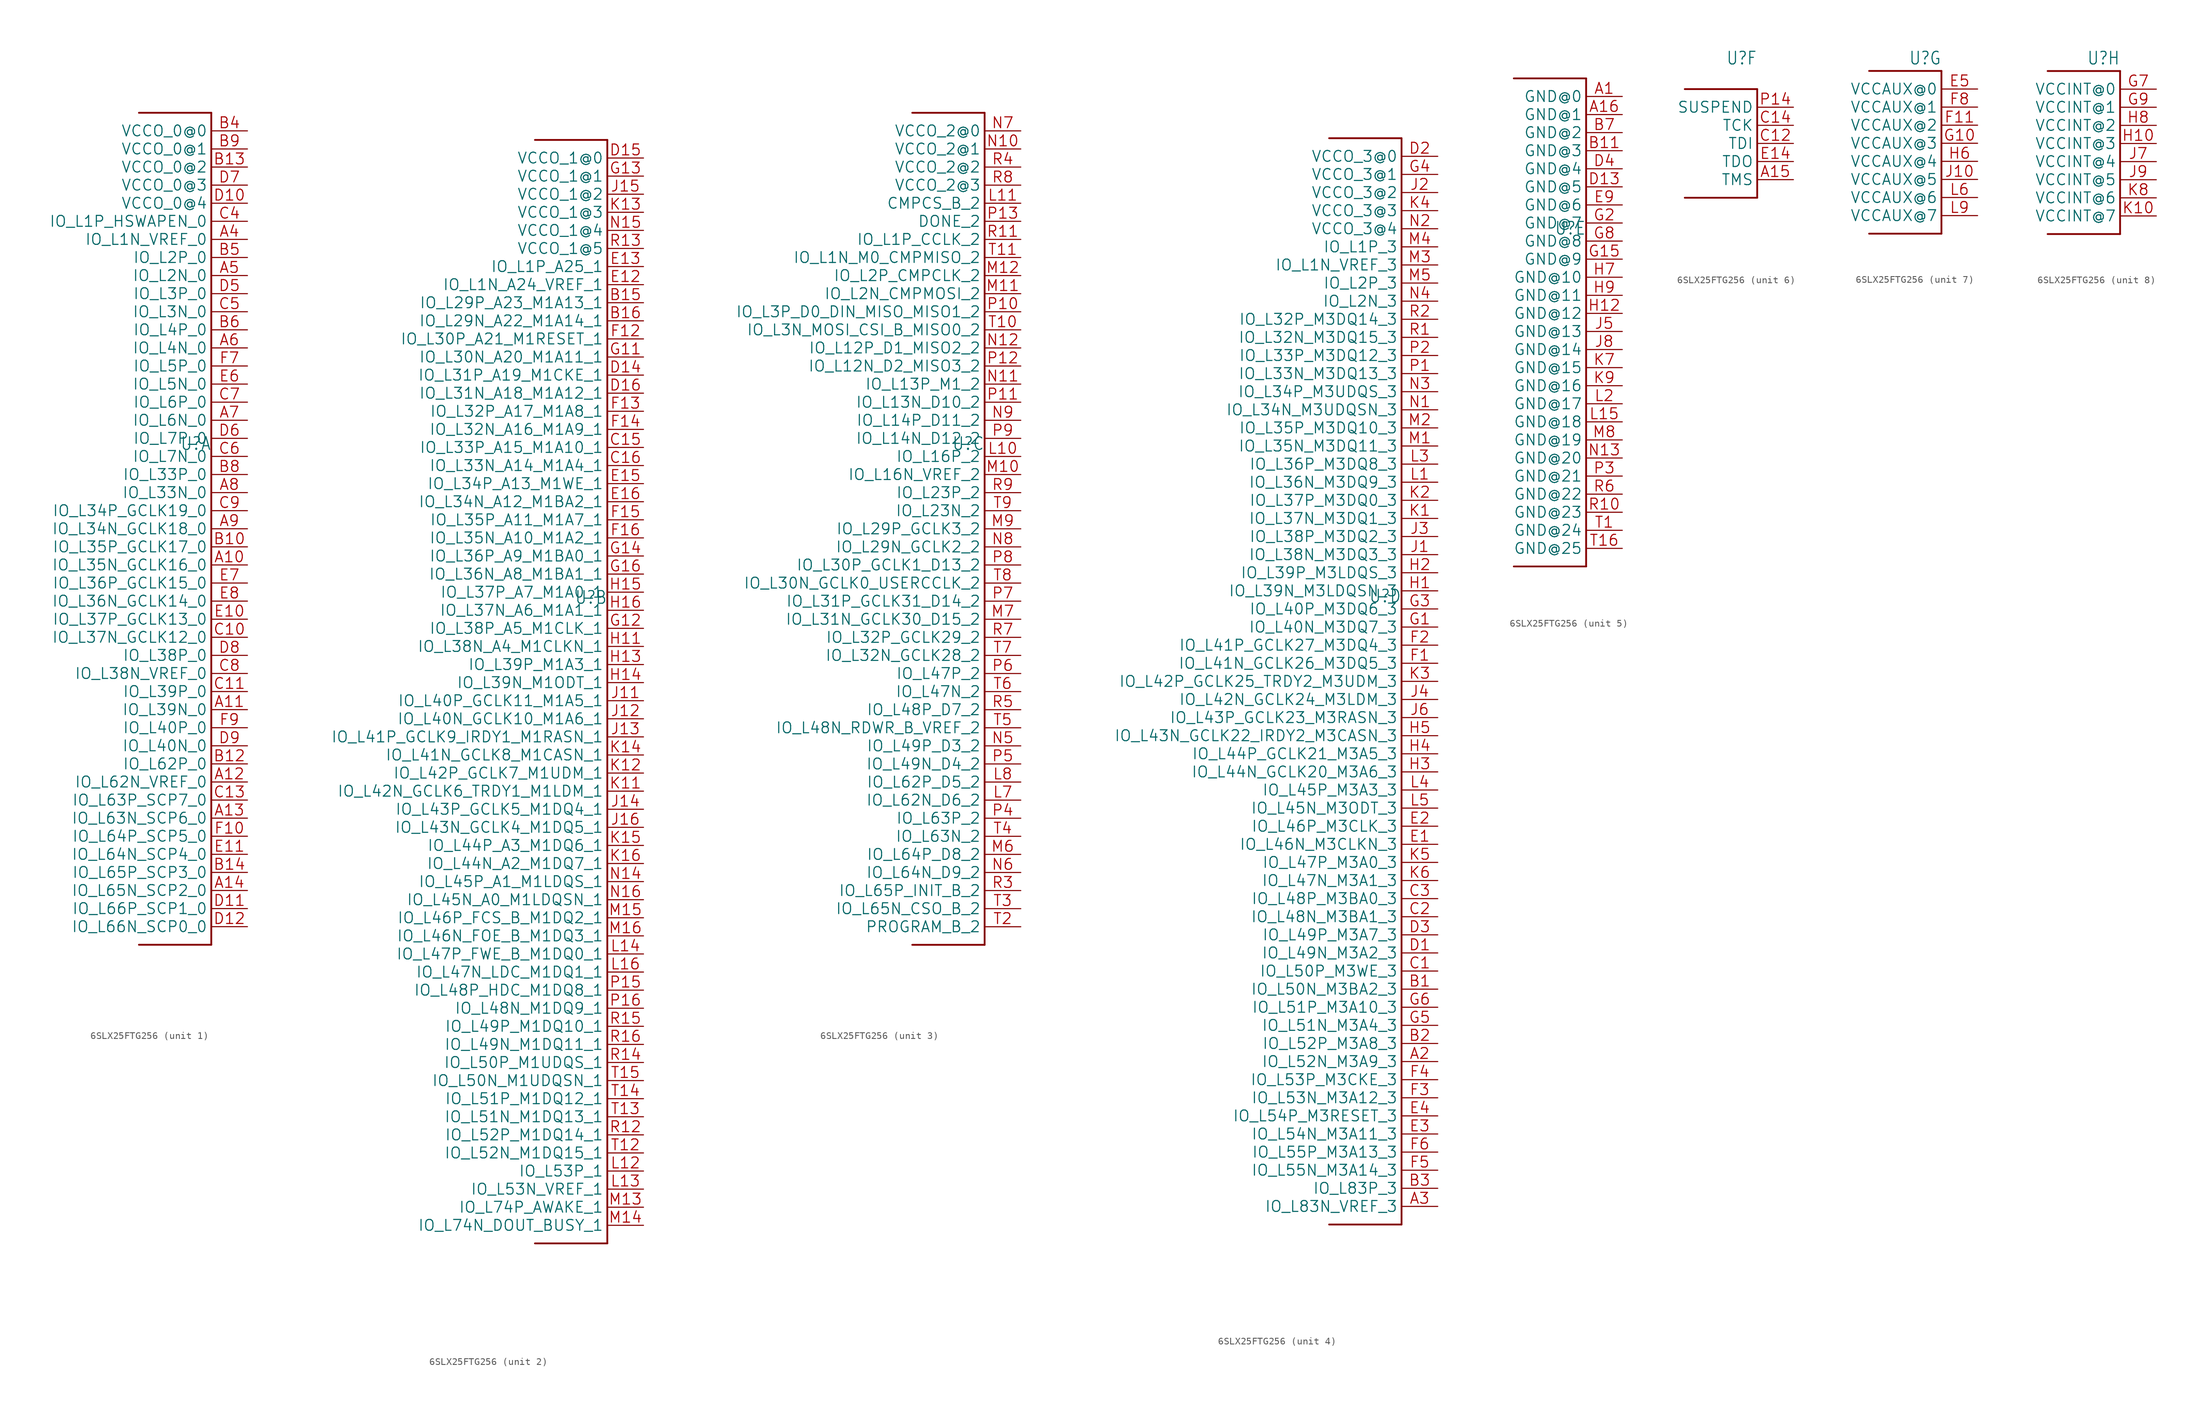
<source format=kicad_sym>
(kicad_symbol_lib
  (version 20241209)
  (generator "kicad_symbol_editor")
  (generator_version "9.0")
  (symbol "6SLX25FTG256"
    (property "Reference" "U"
      (at 0 10.922 0)
      (effects (font (size 1.778 1.511)) (justify right bottom)))
    (property "Value" ""
      (at 0 -15.24 0)
      (effects (font (size 1.778 1.511)) (justify right bottom)))
    (property "ki_locked" ""
      (at 0 0 0)
      (effects (font (size 1.27 1.27))))
    (symbol "6SLX25FTG256_1_0"
      (polyline (pts (xy -10.16 58.42) (xy 0 58.42)) (stroke (width 0.254) (type solid)) (fill (type none)))
      (polyline (pts (xy 0 58.42) (xy 0 -58.42)) (stroke (width 0.254) (type solid)) (fill (type none)))
      (polyline (pts (xy 0 -58.42) (xy -10.16 -58.42)) (stroke (width 0.254) (type solid)) (fill (type none)))
      (pin input line (at 5.08 55.88 180) (length 5.08) (name "VCCO_0@0" (effects (font (size 1.524 1.524)))) (number "B4" (effects (font (size 1.524 1.524)))))
      (pin input line (at 5.08 53.34 180) (length 5.08) (name "VCCO_0@1" (effects (font (size 1.524 1.524)))) (number "B9" (effects (font (size 1.524 1.524)))))
      (pin input line (at 5.08 50.8 180) (length 5.08) (name "VCCO_0@2" (effects (font (size 1.524 1.524)))) (number "B13" (effects (font (size 1.524 1.524)))))
      (pin input line (at 5.08 48.26 180) (length 5.08) (name "VCCO_0@3" (effects (font (size 1.524 1.524)))) (number "D7" (effects (font (size 1.524 1.524)))))
      (pin input line (at 5.08 45.72 180) (length 5.08) (name "VCCO_0@4" (effects (font (size 1.524 1.524)))) (number "D10" (effects (font (size 1.524 1.524)))))
      (pin bidirectional line (at 5.08 43.18 180) (length 5.08) (name "IO_L1P_HSWAPEN_0" (effects (font (size 1.524 1.524)))) (number "C4" (effects (font (size 1.524 1.524)))))
      (pin bidirectional line (at 5.08 40.64 180) (length 5.08) (name "IO_L1N_VREF_0" (effects (font (size 1.524 1.524)))) (number "A4" (effects (font (size 1.524 1.524)))))
      (pin bidirectional line (at 5.08 38.1 180) (length 5.08) (name "IO_L2P_0" (effects (font (size 1.524 1.524)))) (number "B5" (effects (font (size 1.524 1.524)))))
      (pin bidirectional line (at 5.08 35.56 180) (length 5.08) (name "IO_L2N_0" (effects (font (size 1.524 1.524)))) (number "A5" (effects (font (size 1.524 1.524)))))
      (pin bidirectional line (at 5.08 33.02 180) (length 5.08) (name "IO_L3P_0" (effects (font (size 1.524 1.524)))) (number "D5" (effects (font (size 1.524 1.524)))))
      (pin bidirectional line (at 5.08 30.48 180) (length 5.08) (name "IO_L3N_0" (effects (font (size 1.524 1.524)))) (number "C5" (effects (font (size 1.524 1.524)))))
      (pin bidirectional line (at 5.08 27.94 180) (length 5.08) (name "IO_L4P_0" (effects (font (size 1.524 1.524)))) (number "B6" (effects (font (size 1.524 1.524)))))
      (pin bidirectional line (at 5.08 25.4 180) (length 5.08) (name "IO_L4N_0" (effects (font (size 1.524 1.524)))) (number "A6" (effects (font (size 1.524 1.524)))))
      (pin bidirectional line (at 5.08 22.86 180) (length 5.08) (name "IO_L5P_0" (effects (font (size 1.524 1.524)))) (number "F7" (effects (font (size 1.524 1.524)))))
      (pin bidirectional line (at 5.08 20.32 180) (length 5.08) (name "IO_L5N_0" (effects (font (size 1.524 1.524)))) (number "E6" (effects (font (size 1.524 1.524)))))
      (pin bidirectional line (at 5.08 17.78 180) (length 5.08) (name "IO_L6P_0" (effects (font (size 1.524 1.524)))) (number "C7" (effects (font (size 1.524 1.524)))))
      (pin bidirectional line (at 5.08 15.24 180) (length 5.08) (name "IO_L6N_0" (effects (font (size 1.524 1.524)))) (number "A7" (effects (font (size 1.524 1.524)))))
      (pin bidirectional line (at 5.08 12.7 180) (length 5.08) (name "IO_L7P_0" (effects (font (size 1.524 1.524)))) (number "D6" (effects (font (size 1.524 1.524)))))
      (pin bidirectional line (at 5.08 10.16 180) (length 5.08) (name "IO_L7N_0" (effects (font (size 1.524 1.524)))) (number "C6" (effects (font (size 1.524 1.524)))))
      (pin bidirectional line (at 5.08 7.62 180) (length 5.08) (name "IO_L33P_0" (effects (font (size 1.524 1.524)))) (number "B8" (effects (font (size 1.524 1.524)))))
      (pin bidirectional line (at 5.08 5.08 180) (length 5.08) (name "IO_L33N_0" (effects (font (size 1.524 1.524)))) (number "A8" (effects (font (size 1.524 1.524)))))
      (pin bidirectional line (at 5.08 2.54 180) (length 5.08) (name "IO_L34P_GCLK19_0" (effects (font (size 1.524 1.524)))) (number "C9" (effects (font (size 1.524 1.524)))))
      (pin bidirectional line (at 5.08 0 180) (length 5.08) (name "IO_L34N_GCLK18_0" (effects (font (size 1.524 1.524)))) (number "A9" (effects (font (size 1.524 1.524)))))
      (pin bidirectional line (at 5.08 -2.54 180) (length 5.08) (name "IO_L35P_GCLK17_0" (effects (font (size 1.524 1.524)))) (number "B10" (effects (font (size 1.524 1.524)))))
      (pin bidirectional line (at 5.08 -5.08 180) (length 5.08) (name "IO_L35N_GCLK16_0" (effects (font (size 1.524 1.524)))) (number "A10" (effects (font (size 1.524 1.524)))))
      (pin bidirectional line (at 5.08 -7.62 180) (length 5.08) (name "IO_L36P_GCLK15_0" (effects (font (size 1.524 1.524)))) (number "E7" (effects (font (size 1.524 1.524)))))
      (pin bidirectional line (at 5.08 -10.16 180) (length 5.08) (name "IO_L36N_GCLK14_0" (effects (font (size 1.524 1.524)))) (number "E8" (effects (font (size 1.524 1.524)))))
      (pin bidirectional line (at 5.08 -12.7 180) (length 5.08) (name "IO_L37P_GCLK13_0" (effects (font (size 1.524 1.524)))) (number "E10" (effects (font (size 1.524 1.524)))))
      (pin bidirectional line (at 5.08 -15.24 180) (length 5.08) (name "IO_L37N_GCLK12_0" (effects (font (size 1.524 1.524)))) (number "C10" (effects (font (size 1.524 1.524)))))
      (pin bidirectional line (at 5.08 -17.78 180) (length 5.08) (name "IO_L38P_0" (effects (font (size 1.524 1.524)))) (number "D8" (effects (font (size 1.524 1.524)))))
      (pin bidirectional line (at 5.08 -20.32 180) (length 5.08) (name "IO_L38N_VREF_0" (effects (font (size 1.524 1.524)))) (number "C8" (effects (font (size 1.524 1.524)))))
      (pin bidirectional line (at 5.08 -22.86 180) (length 5.08) (name "IO_L39P_0" (effects (font (size 1.524 1.524)))) (number "C11" (effects (font (size 1.524 1.524)))))
      (pin bidirectional line (at 5.08 -25.4 180) (length 5.08) (name "IO_L39N_0" (effects (font (size 1.524 1.524)))) (number "A11" (effects (font (size 1.524 1.524)))))
      (pin bidirectional line (at 5.08 -27.94 180) (length 5.08) (name "IO_L40P_0" (effects (font (size 1.524 1.524)))) (number "F9" (effects (font (size 1.524 1.524)))))
      (pin bidirectional line (at 5.08 -30.48 180) (length 5.08) (name "IO_L40N_0" (effects (font (size 1.524 1.524)))) (number "D9" (effects (font (size 1.524 1.524)))))
      (pin bidirectional line (at 5.08 -33.02 180) (length 5.08) (name "IO_L62P_0" (effects (font (size 1.524 1.524)))) (number "B12" (effects (font (size 1.524 1.524)))))
      (pin bidirectional line (at 5.08 -35.56 180) (length 5.08) (name "IO_L62N_VREF_0" (effects (font (size 1.524 1.524)))) (number "A12" (effects (font (size 1.524 1.524)))))
      (pin bidirectional line (at 5.08 -38.1 180) (length 5.08) (name "IO_L63P_SCP7_0" (effects (font (size 1.524 1.524)))) (number "C13" (effects (font (size 1.524 1.524)))))
      (pin bidirectional line (at 5.08 -40.64 180) (length 5.08) (name "IO_L63N_SCP6_0" (effects (font (size 1.524 1.524)))) (number "A13" (effects (font (size 1.524 1.524)))))
      (pin bidirectional line (at 5.08 -43.18 180) (length 5.08) (name "IO_L64P_SCP5_0" (effects (font (size 1.524 1.524)))) (number "F10" (effects (font (size 1.524 1.524)))))
      (pin bidirectional line (at 5.08 -45.72 180) (length 5.08) (name "IO_L64N_SCP4_0" (effects (font (size 1.524 1.524)))) (number "E11" (effects (font (size 1.524 1.524)))))
      (pin bidirectional line (at 5.08 -48.26 180) (length 5.08) (name "IO_L65P_SCP3_0" (effects (font (size 1.524 1.524)))) (number "B14" (effects (font (size 1.524 1.524)))))
      (pin bidirectional line (at 5.08 -50.8 180) (length 5.08) (name "IO_L65N_SCP2_0" (effects (font (size 1.524 1.524)))) (number "A14" (effects (font (size 1.524 1.524)))))
      (pin bidirectional line (at 5.08 -53.34 180) (length 5.08) (name "IO_L66P_SCP1_0" (effects (font (size 1.524 1.524)))) (number "D11" (effects (font (size 1.524 1.524)))))
      (pin bidirectional line (at 5.08 -55.88 180) (length 5.08) (name "IO_L66N_SCP0_0" (effects (font (size 1.524 1.524)))) (number "D12" (effects (font (size 1.524 1.524))))))
    (symbol "6SLX25FTG256_2_0"
      (polyline (pts (xy -10.16 76.2) (xy 0 76.2)) (stroke (width 0.254) (type solid)) (fill (type none)))
      (polyline (pts (xy 0 76.2) (xy 0 -78.74)) (stroke (width 0.254) (type solid)) (fill (type none)))
      (polyline (pts (xy 0 -78.74) (xy -10.16 -78.74)) (stroke (width 0.254) (type solid)) (fill (type none)))
      (pin input line (at 5.08 73.66 180) (length 5.08) (name "VCCO_1@0" (effects (font (size 1.524 1.524)))) (number "D15" (effects (font (size 1.524 1.524)))))
      (pin input line (at 5.08 71.12 180) (length 5.08) (name "VCCO_1@1" (effects (font (size 1.524 1.524)))) (number "G13" (effects (font (size 1.524 1.524)))))
      (pin input line (at 5.08 68.58 180) (length 5.08) (name "VCCO_1@2" (effects (font (size 1.524 1.524)))) (number "J15" (effects (font (size 1.524 1.524)))))
      (pin input line (at 5.08 66.04 180) (length 5.08) (name "VCCO_1@3" (effects (font (size 1.524 1.524)))) (number "K13" (effects (font (size 1.524 1.524)))))
      (pin input line (at 5.08 63.5 180) (length 5.08) (name "VCCO_1@4" (effects (font (size 1.524 1.524)))) (number "N15" (effects (font (size 1.524 1.524)))))
      (pin input line (at 5.08 60.96 180) (length 5.08) (name "VCCO_1@5" (effects (font (size 1.524 1.524)))) (number "R13" (effects (font (size 1.524 1.524)))))
      (pin bidirectional line (at 5.08 58.42 180) (length 5.08) (name "IO_L1P_A25_1" (effects (font (size 1.524 1.524)))) (number "E13" (effects (font (size 1.524 1.524)))))
      (pin bidirectional line (at 5.08 55.88 180) (length 5.08) (name "IO_L1N_A24_VREF_1" (effects (font (size 1.524 1.524)))) (number "E12" (effects (font (size 1.524 1.524)))))
      (pin bidirectional line (at 5.08 53.34 180) (length 5.08) (name "IO_L29P_A23_M1A13_1" (effects (font (size 1.524 1.524)))) (number "B15" (effects (font (size 1.524 1.524)))))
      (pin bidirectional line (at 5.08 50.8 180) (length 5.08) (name "IO_L29N_A22_M1A14_1" (effects (font (size 1.524 1.524)))) (number "B16" (effects (font (size 1.524 1.524)))))
      (pin bidirectional line (at 5.08 48.26 180) (length 5.08) (name "IO_L30P_A21_M1RESET_1" (effects (font (size 1.524 1.524)))) (number "F12" (effects (font (size 1.524 1.524)))))
      (pin bidirectional line (at 5.08 45.72 180) (length 5.08) (name "IO_L30N_A20_M1A11_1" (effects (font (size 1.524 1.524)))) (number "G11" (effects (font (size 1.524 1.524)))))
      (pin bidirectional line (at 5.08 43.18 180) (length 5.08) (name "IO_L31P_A19_M1CKE_1" (effects (font (size 1.524 1.524)))) (number "D14" (effects (font (size 1.524 1.524)))))
      (pin bidirectional line (at 5.08 40.64 180) (length 5.08) (name "IO_L31N_A18_M1A12_1" (effects (font (size 1.524 1.524)))) (number "D16" (effects (font (size 1.524 1.524)))))
      (pin bidirectional line (at 5.08 38.1 180) (length 5.08) (name "IO_L32P_A17_M1A8_1" (effects (font (size 1.524 1.524)))) (number "F13" (effects (font (size 1.524 1.524)))))
      (pin bidirectional line (at 5.08 35.56 180) (length 5.08) (name "IO_L32N_A16_M1A9_1" (effects (font (size 1.524 1.524)))) (number "F14" (effects (font (size 1.524 1.524)))))
      (pin bidirectional line (at 5.08 33.02 180) (length 5.08) (name "IO_L33P_A15_M1A10_1" (effects (font (size 1.524 1.524)))) (number "C15" (effects (font (size 1.524 1.524)))))
      (pin bidirectional line (at 5.08 30.48 180) (length 5.08) (name "IO_L33N_A14_M1A4_1" (effects (font (size 1.524 1.524)))) (number "C16" (effects (font (size 1.524 1.524)))))
      (pin bidirectional line (at 5.08 27.94 180) (length 5.08) (name "IO_L34P_A13_M1WE_1" (effects (font (size 1.524 1.524)))) (number "E15" (effects (font (size 1.524 1.524)))))
      (pin bidirectional line (at 5.08 25.4 180) (length 5.08) (name "IO_L34N_A12_M1BA2_1" (effects (font (size 1.524 1.524)))) (number "E16" (effects (font (size 1.524 1.524)))))
      (pin bidirectional line (at 5.08 22.86 180) (length 5.08) (name "IO_L35P_A11_M1A7_1" (effects (font (size 1.524 1.524)))) (number "F15" (effects (font (size 1.524 1.524)))))
      (pin bidirectional line (at 5.08 20.32 180) (length 5.08) (name "IO_L35N_A10_M1A2_1" (effects (font (size 1.524 1.524)))) (number "F16" (effects (font (size 1.524 1.524)))))
      (pin bidirectional line (at 5.08 17.78 180) (length 5.08) (name "IO_L36P_A9_M1BA0_1" (effects (font (size 1.524 1.524)))) (number "G14" (effects (font (size 1.524 1.524)))))
      (pin bidirectional line (at 5.08 15.24 180) (length 5.08) (name "IO_L36N_A8_M1BA1_1" (effects (font (size 1.524 1.524)))) (number "G16" (effects (font (size 1.524 1.524)))))
      (pin bidirectional line (at 5.08 12.7 180) (length 5.08) (name "IO_L37P_A7_M1A0_1" (effects (font (size 1.524 1.524)))) (number "H15" (effects (font (size 1.524 1.524)))))
      (pin bidirectional line (at 5.08 10.16 180) (length 5.08) (name "IO_L37N_A6_M1A1_1" (effects (font (size 1.524 1.524)))) (number "H16" (effects (font (size 1.524 1.524)))))
      (pin bidirectional line (at 5.08 7.62 180) (length 5.08) (name "IO_L38P_A5_M1CLK_1" (effects (font (size 1.524 1.524)))) (number "G12" (effects (font (size 1.524 1.524)))))
      (pin bidirectional line (at 5.08 5.08 180) (length 5.08) (name "IO_L38N_A4_M1CLKN_1" (effects (font (size 1.524 1.524)))) (number "H11" (effects (font (size 1.524 1.524)))))
      (pin bidirectional line (at 5.08 2.54 180) (length 5.08) (name "IO_L39P_M1A3_1" (effects (font (size 1.524 1.524)))) (number "H13" (effects (font (size 1.524 1.524)))))
      (pin bidirectional line (at 5.08 0 180) (length 5.08) (name "IO_L39N_M1ODT_1" (effects (font (size 1.524 1.524)))) (number "H14" (effects (font (size 1.524 1.524)))))
      (pin bidirectional line (at 5.08 -2.54 180) (length 5.08) (name "IO_L40P_GCLK11_M1A5_1" (effects (font (size 1.524 1.524)))) (number "J11" (effects (font (size 1.524 1.524)))))
      (pin bidirectional line (at 5.08 -5.08 180) (length 5.08) (name "IO_L40N_GCLK10_M1A6_1" (effects (font (size 1.524 1.524)))) (number "J12" (effects (font (size 1.524 1.524)))))
      (pin bidirectional line (at 5.08 -7.62 180) (length 5.08) (name "IO_L41P_GCLK9_IRDY1_M1RASN_1" (effects (font (size 1.524 1.524)))) (number "J13" (effects (font (size 1.524 1.524)))))
      (pin bidirectional line (at 5.08 -10.16 180) (length 5.08) (name "IO_L41N_GCLK8_M1CASN_1" (effects (font (size 1.524 1.524)))) (number "K14" (effects (font (size 1.524 1.524)))))
      (pin bidirectional line (at 5.08 -12.7 180) (length 5.08) (name "IO_L42P_GCLK7_M1UDM_1" (effects (font (size 1.524 1.524)))) (number "K12" (effects (font (size 1.524 1.524)))))
      (pin bidirectional line (at 5.08 -15.24 180) (length 5.08) (name "IO_L42N_GCLK6_TRDY1_M1LDM_1" (effects (font (size 1.524 1.524)))) (number "K11" (effects (font (size 1.524 1.524)))))
      (pin bidirectional line (at 5.08 -17.78 180) (length 5.08) (name "IO_L43P_GCLK5_M1DQ4_1" (effects (font (size 1.524 1.524)))) (number "J14" (effects (font (size 1.524 1.524)))))
      (pin bidirectional line (at 5.08 -20.32 180) (length 5.08) (name "IO_L43N_GCLK4_M1DQ5_1" (effects (font (size 1.524 1.524)))) (number "J16" (effects (font (size 1.524 1.524)))))
      (pin bidirectional line (at 5.08 -22.86 180) (length 5.08) (name "IO_L44P_A3_M1DQ6_1" (effects (font (size 1.524 1.524)))) (number "K15" (effects (font (size 1.524 1.524)))))
      (pin bidirectional line (at 5.08 -25.4 180) (length 5.08) (name "IO_L44N_A2_M1DQ7_1" (effects (font (size 1.524 1.524)))) (number "K16" (effects (font (size 1.524 1.524)))))
      (pin bidirectional line (at 5.08 -27.94 180) (length 5.08) (name "IO_L45P_A1_M1LDQS_1" (effects (font (size 1.524 1.524)))) (number "N14" (effects (font (size 1.524 1.524)))))
      (pin bidirectional line (at 5.08 -30.48 180) (length 5.08) (name "IO_L45N_A0_M1LDQSN_1" (effects (font (size 1.524 1.524)))) (number "N16" (effects (font (size 1.524 1.524)))))
      (pin bidirectional line (at 5.08 -33.02 180) (length 5.08) (name "IO_L46P_FCS_B_M1DQ2_1" (effects (font (size 1.524 1.524)))) (number "M15" (effects (font (size 1.524 1.524)))))
      (pin bidirectional line (at 5.08 -35.56 180) (length 5.08) (name "IO_L46N_FOE_B_M1DQ3_1" (effects (font (size 1.524 1.524)))) (number "M16" (effects (font (size 1.524 1.524)))))
      (pin bidirectional line (at 5.08 -38.1 180) (length 5.08) (name "IO_L47P_FWE_B_M1DQ0_1" (effects (font (size 1.524 1.524)))) (number "L14" (effects (font (size 1.524 1.524)))))
      (pin bidirectional line (at 5.08 -40.64 180) (length 5.08) (name "IO_L47N_LDC_M1DQ1_1" (effects (font (size 1.524 1.524)))) (number "L16" (effects (font (size 1.524 1.524)))))
      (pin bidirectional line (at 5.08 -43.18 180) (length 5.08) (name "IO_L48P_HDC_M1DQ8_1" (effects (font (size 1.524 1.524)))) (number "P15" (effects (font (size 1.524 1.524)))))
      (pin bidirectional line (at 5.08 -45.72 180) (length 5.08) (name "IO_L48N_M1DQ9_1" (effects (font (size 1.524 1.524)))) (number "P16" (effects (font (size 1.524 1.524)))))
      (pin bidirectional line (at 5.08 -48.26 180) (length 5.08) (name "IO_L49P_M1DQ10_1" (effects (font (size 1.524 1.524)))) (number "R15" (effects (font (size 1.524 1.524)))))
      (pin bidirectional line (at 5.08 -50.8 180) (length 5.08) (name "IO_L49N_M1DQ11_1" (effects (font (size 1.524 1.524)))) (number "R16" (effects (font (size 1.524 1.524)))))
      (pin bidirectional line (at 5.08 -53.34 180) (length 5.08) (name "IO_L50P_M1UDQS_1" (effects (font (size 1.524 1.524)))) (number "R14" (effects (font (size 1.524 1.524)))))
      (pin bidirectional line (at 5.08 -55.88 180) (length 5.08) (name "IO_L50N_M1UDQSN_1" (effects (font (size 1.524 1.524)))) (number "T15" (effects (font (size 1.524 1.524)))))
      (pin bidirectional line (at 5.08 -58.42 180) (length 5.08) (name "IO_L51P_M1DQ12_1" (effects (font (size 1.524 1.524)))) (number "T14" (effects (font (size 1.524 1.524)))))
      (pin bidirectional line (at 5.08 -60.96 180) (length 5.08) (name "IO_L51N_M1DQ13_1" (effects (font (size 1.524 1.524)))) (number "T13" (effects (font (size 1.524 1.524)))))
      (pin bidirectional line (at 5.08 -63.5 180) (length 5.08) (name "IO_L52P_M1DQ14_1" (effects (font (size 1.524 1.524)))) (number "R12" (effects (font (size 1.524 1.524)))))
      (pin bidirectional line (at 5.08 -66.04 180) (length 5.08) (name "IO_L52N_M1DQ15_1" (effects (font (size 1.524 1.524)))) (number "T12" (effects (font (size 1.524 1.524)))))
      (pin bidirectional line (at 5.08 -68.58 180) (length 5.08) (name "IO_L53P_1" (effects (font (size 1.524 1.524)))) (number "L12" (effects (font (size 1.524 1.524)))))
      (pin bidirectional line (at 5.08 -71.12 180) (length 5.08) (name "IO_L53N_VREF_1" (effects (font (size 1.524 1.524)))) (number "L13" (effects (font (size 1.524 1.524)))))
      (pin bidirectional line (at 5.08 -73.66 180) (length 5.08) (name "IO_L74P_AWAKE_1" (effects (font (size 1.524 1.524)))) (number "M13" (effects (font (size 1.524 1.524)))))
      (pin bidirectional line (at 5.08 -76.2 180) (length 5.08) (name "IO_L74N_DOUT_BUSY_1" (effects (font (size 1.524 1.524)))) (number "M14" (effects (font (size 1.524 1.524))))))
    (symbol "6SLX25FTG256_3_0"
      (polyline (pts (xy -10.16 58.42) (xy 0 58.42)) (stroke (width 0.254) (type solid)) (fill (type none)))
      (polyline (pts (xy 0 58.42) (xy 0 -58.42)) (stroke (width 0.254) (type solid)) (fill (type none)))
      (polyline (pts (xy 0 -58.42) (xy -10.16 -58.42)) (stroke (width 0.254) (type solid)) (fill (type none)))
      (pin input line (at 5.08 55.88 180) (length 5.08) (name "VCCO_2@0" (effects (font (size 1.524 1.524)))) (number "N7" (effects (font (size 1.524 1.524)))))
      (pin input line (at 5.08 53.34 180) (length 5.08) (name "VCCO_2@1" (effects (font (size 1.524 1.524)))) (number "N10" (effects (font (size 1.524 1.524)))))
      (pin input line (at 5.08 50.8 180) (length 5.08) (name "VCCO_2@2" (effects (font (size 1.524 1.524)))) (number "R4" (effects (font (size 1.524 1.524)))))
      (pin input line (at 5.08 48.26 180) (length 5.08) (name "VCCO_2@3" (effects (font (size 1.524 1.524)))) (number "R8" (effects (font (size 1.524 1.524)))))
      (pin bidirectional line (at 5.08 45.72 180) (length 5.08) (name "CMPCS_B_2" (effects (font (size 1.524 1.524)))) (number "L11" (effects (font (size 1.524 1.524)))))
      (pin bidirectional line (at 5.08 43.18 180) (length 5.08) (name "DONE_2" (effects (font (size 1.524 1.524)))) (number "P13" (effects (font (size 1.524 1.524)))))
      (pin bidirectional line (at 5.08 40.64 180) (length 5.08) (name "IO_L1P_CCLK_2" (effects (font (size 1.524 1.524)))) (number "R11" (effects (font (size 1.524 1.524)))))
      (pin bidirectional line (at 5.08 38.1 180) (length 5.08) (name "IO_L1N_M0_CMPMISO_2" (effects (font (size 1.524 1.524)))) (number "T11" (effects (font (size 1.524 1.524)))))
      (pin bidirectional line (at 5.08 35.56 180) (length 5.08) (name "IO_L2P_CMPCLK_2" (effects (font (size 1.524 1.524)))) (number "M12" (effects (font (size 1.524 1.524)))))
      (pin bidirectional line (at 5.08 33.02 180) (length 5.08) (name "IO_L2N_CMPMOSI_2" (effects (font (size 1.524 1.524)))) (number "M11" (effects (font (size 1.524 1.524)))))
      (pin bidirectional line (at 5.08 30.48 180) (length 5.08) (name "IO_L3P_D0_DIN_MISO_MISO1_2" (effects (font (size 1.524 1.524)))) (number "P10" (effects (font (size 1.524 1.524)))))
      (pin bidirectional line (at 5.08 27.94 180) (length 5.08) (name "IO_L3N_MOSI_CSI_B_MISO0_2" (effects (font (size 1.524 1.524)))) (number "T10" (effects (font (size 1.524 1.524)))))
      (pin bidirectional line (at 5.08 25.4 180) (length 5.08) (name "IO_L12P_D1_MISO2_2" (effects (font (size 1.524 1.524)))) (number "N12" (effects (font (size 1.524 1.524)))))
      (pin bidirectional line (at 5.08 22.86 180) (length 5.08) (name "IO_L12N_D2_MISO3_2" (effects (font (size 1.524 1.524)))) (number "P12" (effects (font (size 1.524 1.524)))))
      (pin bidirectional line (at 5.08 20.32 180) (length 5.08) (name "IO_L13P_M1_2" (effects (font (size 1.524 1.524)))) (number "N11" (effects (font (size 1.524 1.524)))))
      (pin bidirectional line (at 5.08 17.78 180) (length 5.08) (name "IO_L13N_D10_2" (effects (font (size 1.524 1.524)))) (number "P11" (effects (font (size 1.524 1.524)))))
      (pin bidirectional line (at 5.08 15.24 180) (length 5.08) (name "IO_L14P_D11_2" (effects (font (size 1.524 1.524)))) (number "N9" (effects (font (size 1.524 1.524)))))
      (pin bidirectional line (at 5.08 12.7 180) (length 5.08) (name "IO_L14N_D12_2" (effects (font (size 1.524 1.524)))) (number "P9" (effects (font (size 1.524 1.524)))))
      (pin bidirectional line (at 5.08 10.16 180) (length 5.08) (name "IO_L16P_2" (effects (font (size 1.524 1.524)))) (number "L10" (effects (font (size 1.524 1.524)))))
      (pin bidirectional line (at 5.08 7.62 180) (length 5.08) (name "IO_L16N_VREF_2" (effects (font (size 1.524 1.524)))) (number "M10" (effects (font (size 1.524 1.524)))))
      (pin bidirectional line (at 5.08 5.08 180) (length 5.08) (name "IO_L23P_2" (effects (font (size 1.524 1.524)))) (number "R9" (effects (font (size 1.524 1.524)))))
      (pin bidirectional line (at 5.08 2.54 180) (length 5.08) (name "IO_L23N_2" (effects (font (size 1.524 1.524)))) (number "T9" (effects (font (size 1.524 1.524)))))
      (pin bidirectional line (at 5.08 0 180) (length 5.08) (name "IO_L29P_GCLK3_2" (effects (font (size 1.524 1.524)))) (number "M9" (effects (font (size 1.524 1.524)))))
      (pin bidirectional line (at 5.08 -2.54 180) (length 5.08) (name "IO_L29N_GCLK2_2" (effects (font (size 1.524 1.524)))) (number "N8" (effects (font (size 1.524 1.524)))))
      (pin bidirectional line (at 5.08 -5.08 180) (length 5.08) (name "IO_L30P_GCLK1_D13_2" (effects (font (size 1.524 1.524)))) (number "P8" (effects (font (size 1.524 1.524)))))
      (pin bidirectional line (at 5.08 -7.62 180) (length 5.08) (name "IO_L30N_GCLK0_USERCCLK_2" (effects (font (size 1.524 1.524)))) (number "T8" (effects (font (size 1.524 1.524)))))
      (pin bidirectional line (at 5.08 -10.16 180) (length 5.08) (name "IO_L31P_GCLK31_D14_2" (effects (font (size 1.524 1.524)))) (number "P7" (effects (font (size 1.524 1.524)))))
      (pin bidirectional line (at 5.08 -12.7 180) (length 5.08) (name "IO_L31N_GCLK30_D15_2" (effects (font (size 1.524 1.524)))) (number "M7" (effects (font (size 1.524 1.524)))))
      (pin bidirectional line (at 5.08 -15.24 180) (length 5.08) (name "IO_L32P_GCLK29_2" (effects (font (size 1.524 1.524)))) (number "R7" (effects (font (size 1.524 1.524)))))
      (pin bidirectional line (at 5.08 -17.78 180) (length 5.08) (name "IO_L32N_GCLK28_2" (effects (font (size 1.524 1.524)))) (number "T7" (effects (font (size 1.524 1.524)))))
      (pin bidirectional line (at 5.08 -20.32 180) (length 5.08) (name "IO_L47P_2" (effects (font (size 1.524 1.524)))) (number "P6" (effects (font (size 1.524 1.524)))))
      (pin bidirectional line (at 5.08 -22.86 180) (length 5.08) (name "IO_L47N_2" (effects (font (size 1.524 1.524)))) (number "T6" (effects (font (size 1.524 1.524)))))
      (pin bidirectional line (at 5.08 -25.4 180) (length 5.08) (name "IO_L48P_D7_2" (effects (font (size 1.524 1.524)))) (number "R5" (effects (font (size 1.524 1.524)))))
      (pin bidirectional line (at 5.08 -27.94 180) (length 5.08) (name "IO_L48N_RDWR_B_VREF_2" (effects (font (size 1.524 1.524)))) (number "T5" (effects (font (size 1.524 1.524)))))
      (pin bidirectional line (at 5.08 -30.48 180) (length 5.08) (name "IO_L49P_D3_2" (effects (font (size 1.524 1.524)))) (number "N5" (effects (font (size 1.524 1.524)))))
      (pin bidirectional line (at 5.08 -33.02 180) (length 5.08) (name "IO_L49N_D4_2" (effects (font (size 1.524 1.524)))) (number "P5" (effects (font (size 1.524 1.524)))))
      (pin bidirectional line (at 5.08 -35.56 180) (length 5.08) (name "IO_L62P_D5_2" (effects (font (size 1.524 1.524)))) (number "L8" (effects (font (size 1.524 1.524)))))
      (pin bidirectional line (at 5.08 -38.1 180) (length 5.08) (name "IO_L62N_D6_2" (effects (font (size 1.524 1.524)))) (number "L7" (effects (font (size 1.524 1.524)))))
      (pin bidirectional line (at 5.08 -40.64 180) (length 5.08) (name "IO_L63P_2" (effects (font (size 1.524 1.524)))) (number "P4" (effects (font (size 1.524 1.524)))))
      (pin bidirectional line (at 5.08 -43.18 180) (length 5.08) (name "IO_L63N_2" (effects (font (size 1.524 1.524)))) (number "T4" (effects (font (size 1.524 1.524)))))
      (pin bidirectional line (at 5.08 -45.72 180) (length 5.08) (name "IO_L64P_D8_2" (effects (font (size 1.524 1.524)))) (number "M6" (effects (font (size 1.524 1.524)))))
      (pin bidirectional line (at 5.08 -48.26 180) (length 5.08) (name "IO_L64N_D9_2" (effects (font (size 1.524 1.524)))) (number "N6" (effects (font (size 1.524 1.524)))))
      (pin bidirectional line (at 5.08 -50.8 180) (length 5.08) (name "IO_L65P_INIT_B_2" (effects (font (size 1.524 1.524)))) (number "R3" (effects (font (size 1.524 1.524)))))
      (pin bidirectional line (at 5.08 -53.34 180) (length 5.08) (name "IO_L65N_CSO_B_2" (effects (font (size 1.524 1.524)))) (number "T3" (effects (font (size 1.524 1.524)))))
      (pin input line (at 5.08 -55.88 180) (length 5.08) (name "PROGRAM_B_2" (effects (font (size 1.524 1.524)))) (number "T2" (effects (font (size 1.524 1.524))))))
    (symbol "6SLX25FTG256_4_0"
      (polyline (pts (xy -10.16 76.2) (xy 0 76.2)) (stroke (width 0.254) (type solid)) (fill (type none)))
      (polyline (pts (xy 0 76.2) (xy 0 -76.2)) (stroke (width 0.254) (type solid)) (fill (type none)))
      (polyline (pts (xy 0 -76.2) (xy -10.16 -76.2)) (stroke (width 0.254) (type solid)) (fill (type none)))
      (pin input line (at 5.08 73.66 180) (length 5.08) (name "VCCO_3@0" (effects (font (size 1.524 1.524)))) (number "D2" (effects (font (size 1.524 1.524)))))
      (pin input line (at 5.08 71.12 180) (length 5.08) (name "VCCO_3@1" (effects (font (size 1.524 1.524)))) (number "G4" (effects (font (size 1.524 1.524)))))
      (pin input line (at 5.08 68.58 180) (length 5.08) (name "VCCO_3@2" (effects (font (size 1.524 1.524)))) (number "J2" (effects (font (size 1.524 1.524)))))
      (pin input line (at 5.08 66.04 180) (length 5.08) (name "VCCO_3@3" (effects (font (size 1.524 1.524)))) (number "K4" (effects (font (size 1.524 1.524)))))
      (pin input line (at 5.08 63.5 180) (length 5.08) (name "VCCO_3@4" (effects (font (size 1.524 1.524)))) (number "N2" (effects (font (size 1.524 1.524)))))
      (pin bidirectional line (at 5.08 60.96 180) (length 5.08) (name "IO_L1P_3" (effects (font (size 1.524 1.524)))) (number "M4" (effects (font (size 1.524 1.524)))))
      (pin bidirectional line (at 5.08 58.42 180) (length 5.08) (name "IO_L1N_VREF_3" (effects (font (size 1.524 1.524)))) (number "M3" (effects (font (size 1.524 1.524)))))
      (pin bidirectional line (at 5.08 55.88 180) (length 5.08) (name "IO_L2P_3" (effects (font (size 1.524 1.524)))) (number "M5" (effects (font (size 1.524 1.524)))))
      (pin bidirectional line (at 5.08 53.34 180) (length 5.08) (name "IO_L2N_3" (effects (font (size 1.524 1.524)))) (number "N4" (effects (font (size 1.524 1.524)))))
      (pin bidirectional line (at 5.08 50.8 180) (length 5.08) (name "IO_L32P_M3DQ14_3" (effects (font (size 1.524 1.524)))) (number "R2" (effects (font (size 1.524 1.524)))))
      (pin bidirectional line (at 5.08 48.26 180) (length 5.08) (name "IO_L32N_M3DQ15_3" (effects (font (size 1.524 1.524)))) (number "R1" (effects (font (size 1.524 1.524)))))
      (pin bidirectional line (at 5.08 45.72 180) (length 5.08) (name "IO_L33P_M3DQ12_3" (effects (font (size 1.524 1.524)))) (number "P2" (effects (font (size 1.524 1.524)))))
      (pin bidirectional line (at 5.08 43.18 180) (length 5.08) (name "IO_L33N_M3DQ13_3" (effects (font (size 1.524 1.524)))) (number "P1" (effects (font (size 1.524 1.524)))))
      (pin bidirectional line (at 5.08 40.64 180) (length 5.08) (name "IO_L34P_M3UDQS_3" (effects (font (size 1.524 1.524)))) (number "N3" (effects (font (size 1.524 1.524)))))
      (pin bidirectional line (at 5.08 38.1 180) (length 5.08) (name "IO_L34N_M3UDQSN_3" (effects (font (size 1.524 1.524)))) (number "N1" (effects (font (size 1.524 1.524)))))
      (pin bidirectional line (at 5.08 35.56 180) (length 5.08) (name "IO_L35P_M3DQ10_3" (effects (font (size 1.524 1.524)))) (number "M2" (effects (font (size 1.524 1.524)))))
      (pin bidirectional line (at 5.08 33.02 180) (length 5.08) (name "IO_L35N_M3DQ11_3" (effects (font (size 1.524 1.524)))) (number "M1" (effects (font (size 1.524 1.524)))))
      (pin bidirectional line (at 5.08 30.48 180) (length 5.08) (name "IO_L36P_M3DQ8_3" (effects (font (size 1.524 1.524)))) (number "L3" (effects (font (size 1.524 1.524)))))
      (pin bidirectional line (at 5.08 27.94 180) (length 5.08) (name "IO_L36N_M3DQ9_3" (effects (font (size 1.524 1.524)))) (number "L1" (effects (font (size 1.524 1.524)))))
      (pin bidirectional line (at 5.08 25.4 180) (length 5.08) (name "IO_L37P_M3DQ0_3" (effects (font (size 1.524 1.524)))) (number "K2" (effects (font (size 1.524 1.524)))))
      (pin bidirectional line (at 5.08 22.86 180) (length 5.08) (name "IO_L37N_M3DQ1_3" (effects (font (size 1.524 1.524)))) (number "K1" (effects (font (size 1.524 1.524)))))
      (pin bidirectional line (at 5.08 20.32 180) (length 5.08) (name "IO_L38P_M3DQ2_3" (effects (font (size 1.524 1.524)))) (number "J3" (effects (font (size 1.524 1.524)))))
      (pin bidirectional line (at 5.08 17.78 180) (length 5.08) (name "IO_L38N_M3DQ3_3" (effects (font (size 1.524 1.524)))) (number "J1" (effects (font (size 1.524 1.524)))))
      (pin bidirectional line (at 5.08 15.24 180) (length 5.08) (name "IO_L39P_M3LDQS_3" (effects (font (size 1.524 1.524)))) (number "H2" (effects (font (size 1.524 1.524)))))
      (pin bidirectional line (at 5.08 12.7 180) (length 5.08) (name "IO_L39N_M3LDQSN_3" (effects (font (size 1.524 1.524)))) (number "H1" (effects (font (size 1.524 1.524)))))
      (pin bidirectional line (at 5.08 10.16 180) (length 5.08) (name "IO_L40P_M3DQ6_3" (effects (font (size 1.524 1.524)))) (number "G3" (effects (font (size 1.524 1.524)))))
      (pin bidirectional line (at 5.08 7.62 180) (length 5.08) (name "IO_L40N_M3DQ7_3" (effects (font (size 1.524 1.524)))) (number "G1" (effects (font (size 1.524 1.524)))))
      (pin bidirectional line (at 5.08 5.08 180) (length 5.08) (name "IO_L41P_GCLK27_M3DQ4_3" (effects (font (size 1.524 1.524)))) (number "F2" (effects (font (size 1.524 1.524)))))
      (pin bidirectional line (at 5.08 2.54 180) (length 5.08) (name "IO_L41N_GCLK26_M3DQ5_3" (effects (font (size 1.524 1.524)))) (number "F1" (effects (font (size 1.524 1.524)))))
      (pin bidirectional line (at 5.08 0 180) (length 5.08) (name "IO_L42P_GCLK25_TRDY2_M3UDM_3" (effects (font (size 1.524 1.524)))) (number "K3" (effects (font (size 1.524 1.524)))))
      (pin bidirectional line (at 5.08 -2.54 180) (length 5.08) (name "IO_L42N_GCLK24_M3LDM_3" (effects (font (size 1.524 1.524)))) (number "J4" (effects (font (size 1.524 1.524)))))
      (pin bidirectional line (at 5.08 -5.08 180) (length 5.08) (name "IO_L43P_GCLK23_M3RASN_3" (effects (font (size 1.524 1.524)))) (number "J6" (effects (font (size 1.524 1.524)))))
      (pin bidirectional line (at 5.08 -7.62 180) (length 5.08) (name "IO_L43N_GCLK22_IRDY2_M3CASN_3" (effects (font (size 1.524 1.524)))) (number "H5" (effects (font (size 1.524 1.524)))))
      (pin bidirectional line (at 5.08 -10.16 180) (length 5.08) (name "IO_L44P_GCLK21_M3A5_3" (effects (font (size 1.524 1.524)))) (number "H4" (effects (font (size 1.524 1.524)))))
      (pin bidirectional line (at 5.08 -12.7 180) (length 5.08) (name "IO_L44N_GCLK20_M3A6_3" (effects (font (size 1.524 1.524)))) (number "H3" (effects (font (size 1.524 1.524)))))
      (pin bidirectional line (at 5.08 -15.24 180) (length 5.08) (name "IO_L45P_M3A3_3" (effects (font (size 1.524 1.524)))) (number "L4" (effects (font (size 1.524 1.524)))))
      (pin bidirectional line (at 5.08 -17.78 180) (length 5.08) (name "IO_L45N_M3ODT_3" (effects (font (size 1.524 1.524)))) (number "L5" (effects (font (size 1.524 1.524)))))
      (pin bidirectional line (at 5.08 -20.32 180) (length 5.08) (name "IO_L46P_M3CLK_3" (effects (font (size 1.524 1.524)))) (number "E2" (effects (font (size 1.524 1.524)))))
      (pin bidirectional line (at 5.08 -22.86 180) (length 5.08) (name "IO_L46N_M3CLKN_3" (effects (font (size 1.524 1.524)))) (number "E1" (effects (font (size 1.524 1.524)))))
      (pin bidirectional line (at 5.08 -25.4 180) (length 5.08) (name "IO_L47P_M3A0_3" (effects (font (size 1.524 1.524)))) (number "K5" (effects (font (size 1.524 1.524)))))
      (pin bidirectional line (at 5.08 -27.94 180) (length 5.08) (name "IO_L47N_M3A1_3" (effects (font (size 1.524 1.524)))) (number "K6" (effects (font (size 1.524 1.524)))))
      (pin bidirectional line (at 5.08 -30.48 180) (length 5.08) (name "IO_L48P_M3BA0_3" (effects (font (size 1.524 1.524)))) (number "C3" (effects (font (size 1.524 1.524)))))
      (pin bidirectional line (at 5.08 -33.02 180) (length 5.08) (name "IO_L48N_M3BA1_3" (effects (font (size 1.524 1.524)))) (number "C2" (effects (font (size 1.524 1.524)))))
      (pin bidirectional line (at 5.08 -35.56 180) (length 5.08) (name "IO_L49P_M3A7_3" (effects (font (size 1.524 1.524)))) (number "D3" (effects (font (size 1.524 1.524)))))
      (pin bidirectional line (at 5.08 -38.1 180) (length 5.08) (name "IO_L49N_M3A2_3" (effects (font (size 1.524 1.524)))) (number "D1" (effects (font (size 1.524 1.524)))))
      (pin bidirectional line (at 5.08 -40.64 180) (length 5.08) (name "IO_L50P_M3WE_3" (effects (font (size 1.524 1.524)))) (number "C1" (effects (font (size 1.524 1.524)))))
      (pin bidirectional line (at 5.08 -43.18 180) (length 5.08) (name "IO_L50N_M3BA2_3" (effects (font (size 1.524 1.524)))) (number "B1" (effects (font (size 1.524 1.524)))))
      (pin bidirectional line (at 5.08 -45.72 180) (length 5.08) (name "IO_L51P_M3A10_3" (effects (font (size 1.524 1.524)))) (number "G6" (effects (font (size 1.524 1.524)))))
      (pin bidirectional line (at 5.08 -48.26 180) (length 5.08) (name "IO_L51N_M3A4_3" (effects (font (size 1.524 1.524)))) (number "G5" (effects (font (size 1.524 1.524)))))
      (pin bidirectional line (at 5.08 -50.8 180) (length 5.08) (name "IO_L52P_M3A8_3" (effects (font (size 1.524 1.524)))) (number "B2" (effects (font (size 1.524 1.524)))))
      (pin bidirectional line (at 5.08 -53.34 180) (length 5.08) (name "IO_L52N_M3A9_3" (effects (font (size 1.524 1.524)))) (number "A2" (effects (font (size 1.524 1.524)))))
      (pin bidirectional line (at 5.08 -55.88 180) (length 5.08) (name "IO_L53P_M3CKE_3" (effects (font (size 1.524 1.524)))) (number "F4" (effects (font (size 1.524 1.524)))))
      (pin bidirectional line (at 5.08 -58.42 180) (length 5.08) (name "IO_L53N_M3A12_3" (effects (font (size 1.524 1.524)))) (number "F3" (effects (font (size 1.524 1.524)))))
      (pin bidirectional line (at 5.08 -60.96 180) (length 5.08) (name "IO_L54P_M3RESET_3" (effects (font (size 1.524 1.524)))) (number "E4" (effects (font (size 1.524 1.524)))))
      (pin bidirectional line (at 5.08 -63.5 180) (length 5.08) (name "IO_L54N_M3A11_3" (effects (font (size 1.524 1.524)))) (number "E3" (effects (font (size 1.524 1.524)))))
      (pin bidirectional line (at 5.08 -66.04 180) (length 5.08) (name "IO_L55P_M3A13_3" (effects (font (size 1.524 1.524)))) (number "F6" (effects (font (size 1.524 1.524)))))
      (pin bidirectional line (at 5.08 -68.58 180) (length 5.08) (name "IO_L55N_M3A14_3" (effects (font (size 1.524 1.524)))) (number "F5" (effects (font (size 1.524 1.524)))))
      (pin bidirectional line (at 5.08 -71.12 180) (length 5.08) (name "IO_L83P_3" (effects (font (size 1.524 1.524)))) (number "B3" (effects (font (size 1.524 1.524)))))
      (pin bidirectional line (at 5.08 -73.66 180) (length 5.08) (name "IO_L83N_VREF_3" (effects (font (size 1.524 1.524)))) (number "A3" (effects (font (size 1.524 1.524))))))
    (symbol "6SLX25FTG256_5_0"
      (polyline (pts (xy -10.16 33.02) (xy 0 33.02)) (stroke (width 0.254) (type solid)) (fill (type none)))
      (polyline (pts (xy 0 33.02) (xy 0 -35.56)) (stroke (width 0.254) (type solid)) (fill (type none)))
      (polyline (pts (xy 0 -35.56) (xy -10.16 -35.56)) (stroke (width 0.254) (type solid)) (fill (type none)))
      (pin power_in line (at 5.08 30.48 180) (length 5.08) (name "GND@0" (effects (font (size 1.524 1.524)))) (number "A1" (effects (font (size 1.524 1.524)))))
      (pin power_in line (at 5.08 27.94 180) (length 5.08) (name "GND@1" (effects (font (size 1.524 1.524)))) (number "A16" (effects (font (size 1.524 1.524)))))
      (pin power_in line (at 5.08 25.4 180) (length 5.08) (name "GND@2" (effects (font (size 1.524 1.524)))) (number "B7" (effects (font (size 1.524 1.524)))))
      (pin power_in line (at 5.08 22.86 180) (length 5.08) (name "GND@3" (effects (font (size 1.524 1.524)))) (number "B11" (effects (font (size 1.524 1.524)))))
      (pin power_in line (at 5.08 20.32 180) (length 5.08) (name "GND@4" (effects (font (size 1.524 1.524)))) (number "D4" (effects (font (size 1.524 1.524)))))
      (pin power_in line (at 5.08 17.78 180) (length 5.08) (name "GND@5" (effects (font (size 1.524 1.524)))) (number "D13" (effects (font (size 1.524 1.524)))))
      (pin power_in line (at 5.08 15.24 180) (length 5.08) (name "GND@6" (effects (font (size 1.524 1.524)))) (number "E9" (effects (font (size 1.524 1.524)))))
      (pin power_in line (at 5.08 12.7 180) (length 5.08) (name "GND@7" (effects (font (size 1.524 1.524)))) (number "G2" (effects (font (size 1.524 1.524)))))
      (pin power_in line (at 5.08 10.16 180) (length 5.08) (name "GND@8" (effects (font (size 1.524 1.524)))) (number "G8" (effects (font (size 1.524 1.524)))))
      (pin power_in line (at 5.08 7.62 180) (length 5.08) (name "GND@9" (effects (font (size 1.524 1.524)))) (number "G15" (effects (font (size 1.524 1.524)))))
      (pin power_in line (at 5.08 5.08 180) (length 5.08) (name "GND@10" (effects (font (size 1.524 1.524)))) (number "H7" (effects (font (size 1.524 1.524)))))
      (pin power_in line (at 5.08 2.54 180) (length 5.08) (name "GND@11" (effects (font (size 1.524 1.524)))) (number "H9" (effects (font (size 1.524 1.524)))))
      (pin power_in line (at 5.08 0 180) (length 5.08) (name "GND@12" (effects (font (size 1.524 1.524)))) (number "H12" (effects (font (size 1.524 1.524)))))
      (pin power_in line (at 5.08 -2.54 180) (length 5.08) (name "GND@13" (effects (font (size 1.524 1.524)))) (number "J5" (effects (font (size 1.524 1.524)))))
      (pin power_in line (at 5.08 -5.08 180) (length 5.08) (name "GND@14" (effects (font (size 1.524 1.524)))) (number "J8" (effects (font (size 1.524 1.524)))))
      (pin power_in line (at 5.08 -7.62 180) (length 5.08) (name "GND@15" (effects (font (size 1.524 1.524)))) (number "K7" (effects (font (size 1.524 1.524)))))
      (pin power_in line (at 5.08 -10.16 180) (length 5.08) (name "GND@16" (effects (font (size 1.524 1.524)))) (number "K9" (effects (font (size 1.524 1.524)))))
      (pin power_in line (at 5.08 -12.7 180) (length 5.08) (name "GND@17" (effects (font (size 1.524 1.524)))) (number "L2" (effects (font (size 1.524 1.524)))))
      (pin power_in line (at 5.08 -15.24 180) (length 5.08) (name "GND@18" (effects (font (size 1.524 1.524)))) (number "L15" (effects (font (size 1.524 1.524)))))
      (pin power_in line (at 5.08 -17.78 180) (length 5.08) (name "GND@19" (effects (font (size 1.524 1.524)))) (number "M8" (effects (font (size 1.524 1.524)))))
      (pin power_in line (at 5.08 -20.32 180) (length 5.08) (name "GND@20" (effects (font (size 1.524 1.524)))) (number "N13" (effects (font (size 1.524 1.524)))))
      (pin power_in line (at 5.08 -22.86 180) (length 5.08) (name "GND@21" (effects (font (size 1.524 1.524)))) (number "P3" (effects (font (size 1.524 1.524)))))
      (pin power_in line (at 5.08 -25.4 180) (length 5.08) (name "GND@22" (effects (font (size 1.524 1.524)))) (number "R6" (effects (font (size 1.524 1.524)))))
      (pin power_in line (at 5.08 -27.94 180) (length 5.08) (name "GND@23" (effects (font (size 1.524 1.524)))) (number "R10" (effects (font (size 1.524 1.524)))))
      (pin power_in line (at 5.08 -30.48 180) (length 5.08) (name "GND@24" (effects (font (size 1.524 1.524)))) (number "T1" (effects (font (size 1.524 1.524)))))
      (pin power_in line (at 5.08 -33.02 180) (length 5.08) (name "GND@25" (effects (font (size 1.524 1.524)))) (number "T16" (effects (font (size 1.524 1.524))))))
    (symbol "6SLX25FTG256_6_0"
      (polyline (pts (xy -10.16 7.62) (xy 0 7.62)) (stroke (width 0.254) (type solid)) (fill (type none)))
      (polyline (pts (xy 0 7.62) (xy 0 -7.62)) (stroke (width 0.254) (type solid)) (fill (type none)))
      (polyline (pts (xy 0 -7.62) (xy -10.16 -7.62)) (stroke (width 0.254) (type solid)) (fill (type none)))
      (pin input line (at 5.08 5.08 180) (length 5.08) (name "SUSPEND" (effects (font (size 1.524 1.524)))) (number "P14" (effects (font (size 1.524 1.524)))))
      (pin input line (at 5.08 2.54 180) (length 5.08) (name "TCK" (effects (font (size 1.524 1.524)))) (number "C14" (effects (font (size 1.524 1.524)))))
      (pin input line (at 5.08 0 180) (length 5.08) (name "TDI" (effects (font (size 1.524 1.524)))) (number "C12" (effects (font (size 1.524 1.524)))))
      (pin output line (at 5.08 -2.54 180) (length 5.08) (name "TDO" (effects (font (size 1.524 1.524)))) (number "E14" (effects (font (size 1.524 1.524)))))
      (pin input line (at 5.08 -5.08 180) (length 5.08) (name "TMS" (effects (font (size 1.524 1.524)))) (number "A15" (effects (font (size 1.524 1.524))))))
    (symbol "6SLX25FTG256_7_0"
      (polyline (pts (xy -10.16 10.16) (xy 0 10.16)) (stroke (width 0.254) (type solid)) (fill (type none)))
      (polyline (pts (xy 0 10.16) (xy 0 -12.7)) (stroke (width 0.254) (type solid)) (fill (type none)))
      (polyline (pts (xy 0 -12.7) (xy -10.16 -12.7)) (stroke (width 0.254) (type solid)) (fill (type none)))
      (pin input line (at 5.08 7.62 180) (length 5.08) (name "VCCAUX@0" (effects (font (size 1.524 1.524)))) (number "E5" (effects (font (size 1.524 1.524)))))
      (pin input line (at 5.08 5.08 180) (length 5.08) (name "VCCAUX@1" (effects (font (size 1.524 1.524)))) (number "F8" (effects (font (size 1.524 1.524)))))
      (pin input line (at 5.08 2.54 180) (length 5.08) (name "VCCAUX@2" (effects (font (size 1.524 1.524)))) (number "F11" (effects (font (size 1.524 1.524)))))
      (pin input line (at 5.08 0 180) (length 5.08) (name "VCCAUX@3" (effects (font (size 1.524 1.524)))) (number "G10" (effects (font (size 1.524 1.524)))))
      (pin input line (at 5.08 -2.54 180) (length 5.08) (name "VCCAUX@4" (effects (font (size 1.524 1.524)))) (number "H6" (effects (font (size 1.524 1.524)))))
      (pin input line (at 5.08 -5.08 180) (length 5.08) (name "VCCAUX@5" (effects (font (size 1.524 1.524)))) (number "J10" (effects (font (size 1.524 1.524)))))
      (pin input line (at 5.08 -7.62 180) (length 5.08) (name "VCCAUX@6" (effects (font (size 1.524 1.524)))) (number "L6" (effects (font (size 1.524 1.524)))))
      (pin input line (at 5.08 -10.16 180) (length 5.08) (name "VCCAUX@7" (effects (font (size 1.524 1.524)))) (number "L9" (effects (font (size 1.524 1.524))))))
    (symbol "6SLX25FTG256_8_0"
      (polyline (pts (xy -10.16 10.16) (xy 0 10.16)) (stroke (width 0.254) (type solid)) (fill (type none)))
      (polyline (pts (xy 0 10.16) (xy 0 -12.7)) (stroke (width 0.254) (type solid)) (fill (type none)))
      (polyline (pts (xy 0 -12.7) (xy -10.16 -12.7)) (stroke (width 0.254) (type solid)) (fill (type none)))
      (pin input line (at 5.08 7.62 180) (length 5.08) (name "VCCINT@0" (effects (font (size 1.524 1.524)))) (number "G7" (effects (font (size 1.524 1.524)))))
      (pin input line (at 5.08 5.08 180) (length 5.08) (name "VCCINT@1" (effects (font (size 1.524 1.524)))) (number "G9" (effects (font (size 1.524 1.524)))))
      (pin input line (at 5.08 2.54 180) (length 5.08) (name "VCCINT@2" (effects (font (size 1.524 1.524)))) (number "H8" (effects (font (size 1.524 1.524)))))
      (pin input line (at 5.08 0 180) (length 5.08) (name "VCCINT@3" (effects (font (size 1.524 1.524)))) (number "H10" (effects (font (size 1.524 1.524)))))
      (pin input line (at 5.08 -2.54 180) (length 5.08) (name "VCCINT@4" (effects (font (size 1.524 1.524)))) (number "J7" (effects (font (size 1.524 1.524)))))
      (pin input line (at 5.08 -5.08 180) (length 5.08) (name "VCCINT@5" (effects (font (size 1.524 1.524)))) (number "J9" (effects (font (size 1.524 1.524)))))
      (pin input line (at 5.08 -7.62 180) (length 5.08) (name "VCCINT@6" (effects (font (size 1.524 1.524)))) (number "K8" (effects (font (size 1.524 1.524)))))
      (pin input line (at 5.08 -10.16 180) (length 5.08) (name "VCCINT@7" (effects (font (size 1.524 1.524)))) (number "K10" (effects (font (size 1.524 1.524))))))))
</source>
